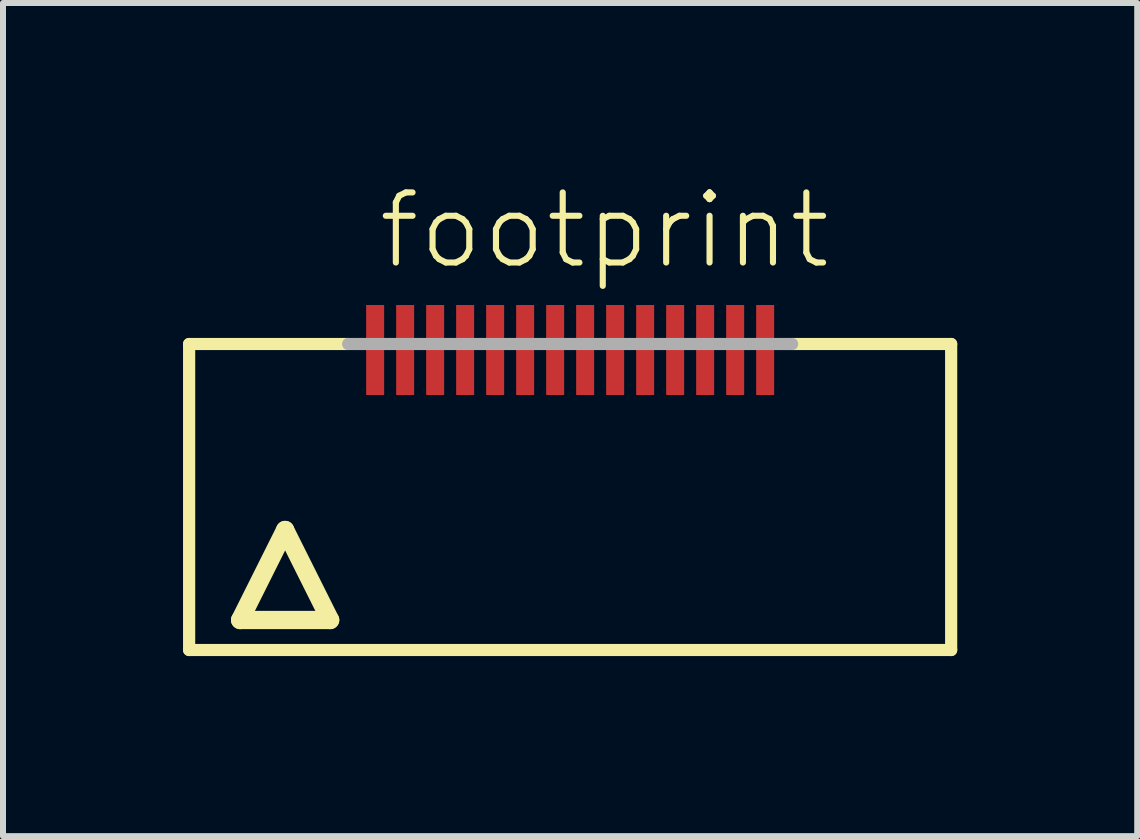
<source format=kicad_pcb>
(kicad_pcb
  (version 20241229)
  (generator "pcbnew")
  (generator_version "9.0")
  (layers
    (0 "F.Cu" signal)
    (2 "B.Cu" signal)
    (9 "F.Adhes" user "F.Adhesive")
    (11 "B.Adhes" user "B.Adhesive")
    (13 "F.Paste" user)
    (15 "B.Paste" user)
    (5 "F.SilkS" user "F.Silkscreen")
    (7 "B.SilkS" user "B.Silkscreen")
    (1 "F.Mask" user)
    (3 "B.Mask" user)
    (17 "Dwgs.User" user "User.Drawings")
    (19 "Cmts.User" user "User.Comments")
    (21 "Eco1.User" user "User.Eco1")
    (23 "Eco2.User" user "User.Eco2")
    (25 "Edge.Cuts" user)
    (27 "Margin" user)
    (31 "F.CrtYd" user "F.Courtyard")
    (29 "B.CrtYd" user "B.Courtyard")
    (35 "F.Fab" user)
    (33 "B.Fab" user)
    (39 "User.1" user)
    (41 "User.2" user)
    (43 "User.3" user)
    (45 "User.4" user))
  (footprint "footprint"
    (layer "F.Cu")
    (at 6.452 5.283)
    (property "Reference" "footprint" (at -3.25 -3.81 0) (layer "F.SilkS") (effects (font (size 1.168 1.168) (thickness 0.102)) (justify left bottom)))
    (fp_line (start -6.35 -2.6) (end -3.7 -2.6) (stroke (width 0.203) (type solid)) (layer "F.SilkS"))
    (fp_line (start -6.35 2.5) (end -6.35 -2.6) (stroke (width 0.203) (type solid)) (layer "F.SilkS"))
    (fp_line (start -5.5 2) (end -4 2) (stroke (width 0.305) (type solid)) (layer "F.SilkS"))
    (fp_line (start -4.75 0.5) (end -5.5 2) (stroke (width 0.305) (type solid)) (layer "F.SilkS"))
    (fp_line (start -4 2) (end -4.75 0.5) (stroke (width 0.305) (type solid)) (layer "F.SilkS"))
    (fp_line (start 3.7 -2.6) (end 6.35 -2.6) (stroke (width 0.203) (type solid)) (layer "F.SilkS"))
    (fp_line (start 6.35 -2.6) (end 6.35 2.5) (stroke (width 0.203) (type solid)) (layer "F.SilkS"))
    (fp_line (start 6.35 2.5) (end -6.35 2.5) (stroke (width 0.203) (type solid)) (layer "F.SilkS"))
    (fp_line (start -3.7 -2.6) (end 3.7 -2.6) (stroke (width 0.203) (type solid)) (layer "F.Fab"))
    (pad "1" smd rect (at -3.25 -2.5) (size 0.3 1.5) (layers "F.Cu" "F.Mask" "F.Paste"))
    (pad "2" smd rect (at -2.75 -2.5) (size 0.3 1.5) (layers "F.Cu" "F.Mask" "F.Paste"))
    (pad "3" smd rect (at -2.25 -2.5) (size 0.3 1.5) (layers "F.Cu" "F.Mask" "F.Paste"))
    (pad "4" smd rect (at -1.75 -2.5) (size 0.3 1.5) (layers "F.Cu" "F.Mask" "F.Paste"))
    (pad "5" smd rect (at -1.25 -2.5) (size 0.3 1.5) (layers "F.Cu" "F.Mask" "F.Paste"))
    (pad "6" smd rect (at -0.75 -2.5) (size 0.3 1.5) (layers "F.Cu" "F.Mask" "F.Paste"))
    (pad "7" smd rect (at -0.25 -2.5) (size 0.3 1.5) (layers "F.Cu" "F.Mask" "F.Paste"))
    (pad "8" smd rect (at 0.25 -2.5) (size 0.3 1.5) (layers "F.Cu" "F.Mask" "F.Paste"))
    (pad "9" smd rect (at 0.75 -2.5) (size 0.3 1.5) (layers "F.Cu" "F.Mask" "F.Paste"))
    (pad "10" smd rect (at 1.25 -2.5) (size 0.3 1.5) (layers "F.Cu" "F.Mask" "F.Paste"))
    (pad "11" smd rect (at 1.75 -2.5) (size 0.3 1.5) (layers "F.Cu" "F.Mask" "F.Paste"))
    (pad "12" smd rect (at 2.25 -2.5) (size 0.3 1.5) (layers "F.Cu" "F.Mask" "F.Paste"))
    (pad "13" smd rect (at 2.75 -2.5) (size 0.3 1.5) (layers "F.Cu" "F.Mask" "F.Paste"))
    (pad "14" smd rect (at 3.25 -2.5) (size 0.3 1.5) (layers "F.Cu" "F.Mask" "F.Paste")))
  (gr_rect
    (start -3 -3)
    (end 15.903 10.885)
    (stroke (width 0.1) (type default))
    (fill no)
    (layer "Edge.Cuts")))
</source>
